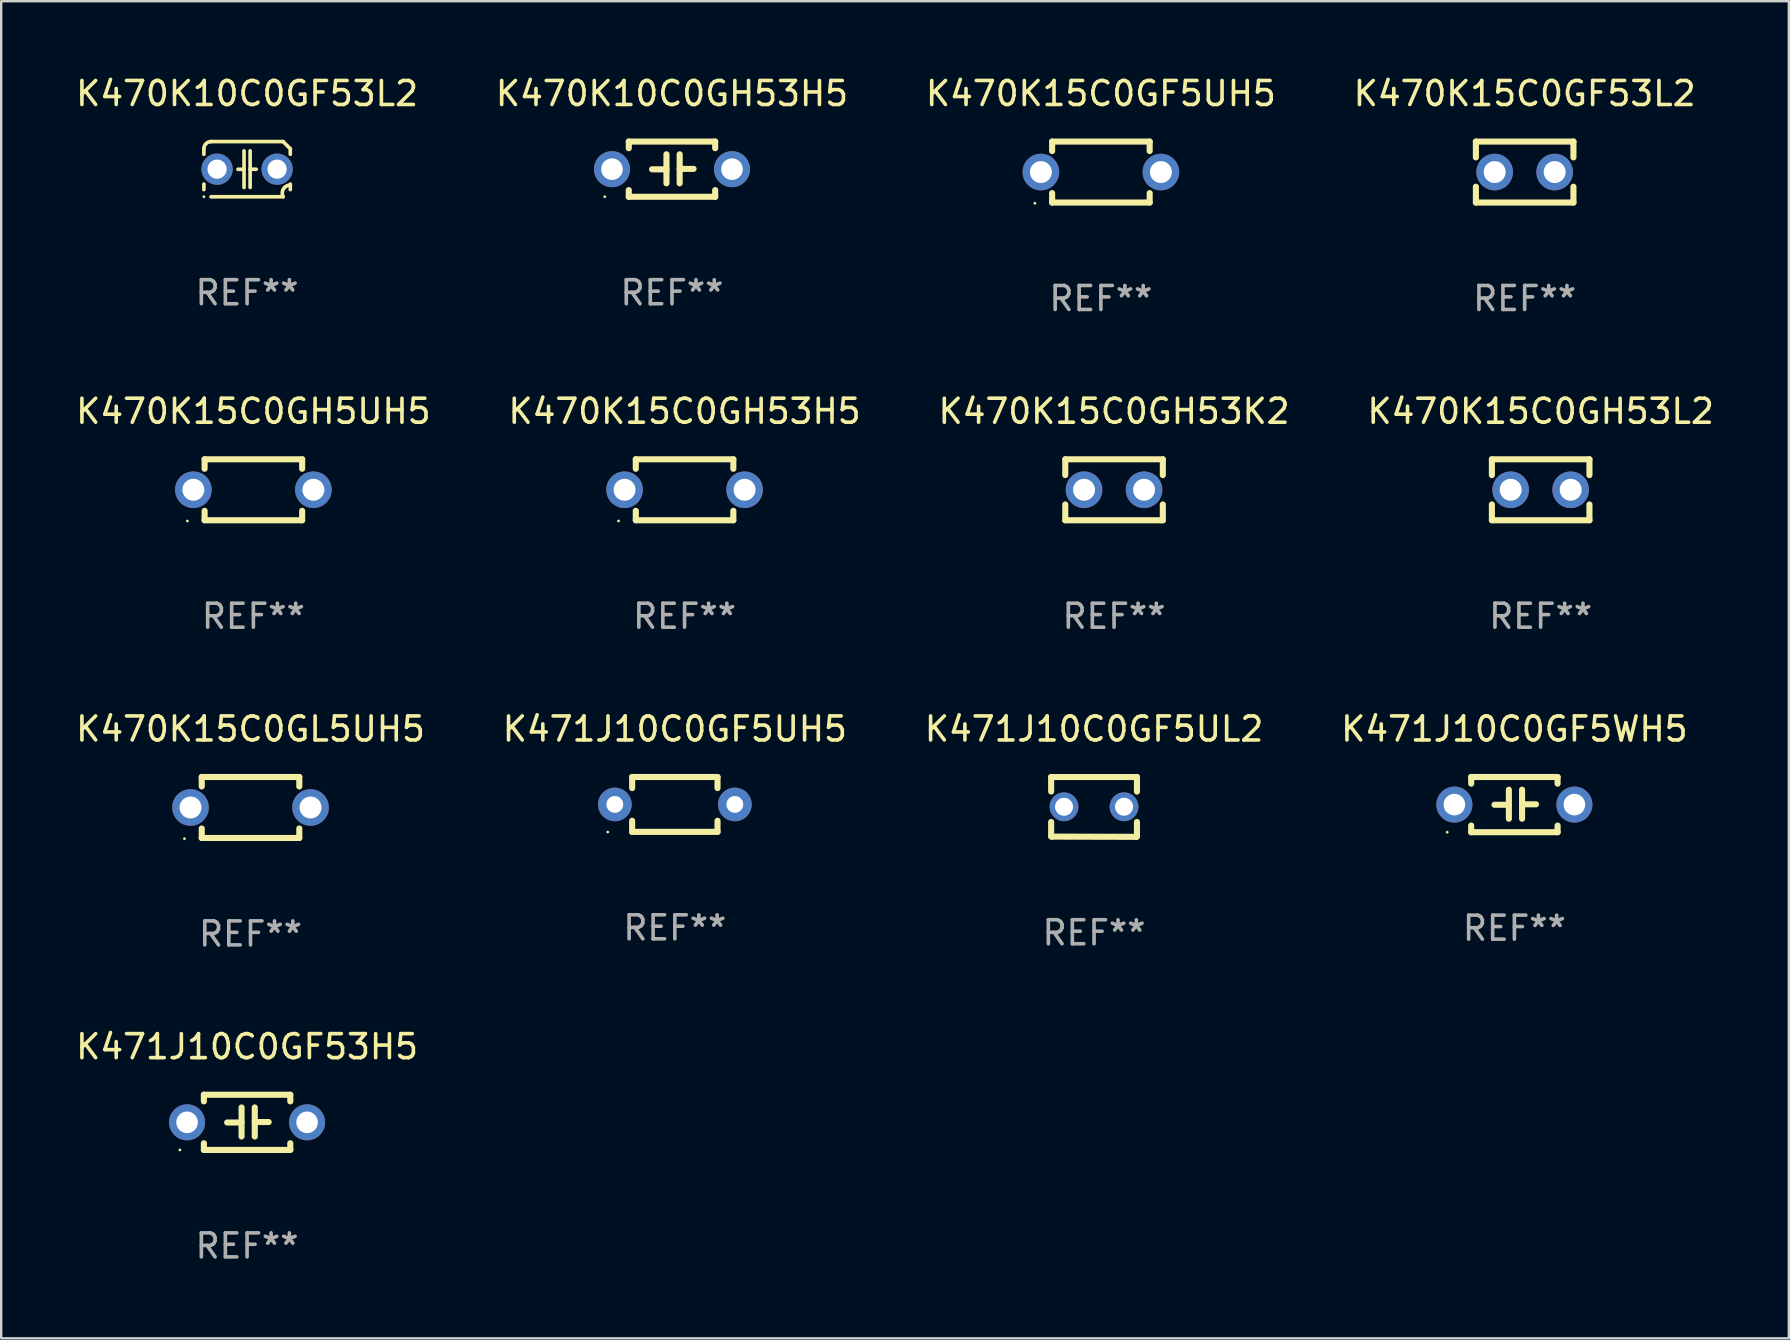
<source format=kicad_pcb>
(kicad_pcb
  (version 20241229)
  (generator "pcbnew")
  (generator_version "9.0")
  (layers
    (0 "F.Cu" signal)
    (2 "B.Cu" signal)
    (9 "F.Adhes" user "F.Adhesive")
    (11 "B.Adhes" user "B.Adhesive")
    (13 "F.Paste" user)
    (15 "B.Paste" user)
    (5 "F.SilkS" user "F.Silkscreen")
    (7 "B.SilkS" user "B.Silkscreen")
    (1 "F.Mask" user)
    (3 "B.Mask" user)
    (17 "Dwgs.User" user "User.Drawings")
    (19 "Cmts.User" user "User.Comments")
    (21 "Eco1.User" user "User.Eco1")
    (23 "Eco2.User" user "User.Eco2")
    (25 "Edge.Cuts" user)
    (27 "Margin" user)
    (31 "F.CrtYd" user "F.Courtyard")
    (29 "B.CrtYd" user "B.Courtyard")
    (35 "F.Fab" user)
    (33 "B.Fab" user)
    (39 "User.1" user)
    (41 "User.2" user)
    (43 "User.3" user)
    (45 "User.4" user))
  (footprint "K470K15C0GF53L2"
    (layer "F.Cu")
    (at 60.47 4.118)
    (property "Reference" "K470K15C0GF53L2" (at 0 -3.27 0) (layer "F.SilkS") (effects (font (size 1 1) (thickness 0.15))))
    (attr through_hole)
    (fp_line (start -2.032 -1.27) (end -2.032 -0.611) (stroke (width 0.254) (type solid)) (layer "F.SilkS"))
    (fp_line (start -2.032 0.611) (end -2.032 1.27) (stroke (width 0.254) (type solid)) (layer "F.SilkS"))
    (fp_line (start -2.032 1.27) (end 2.032 1.27) (stroke (width 0.254) (type solid)) (layer "F.SilkS"))
    (fp_line (start 2.032 -1.27) (end -2.032 -1.27) (stroke (width 0.254) (type solid)) (layer "F.SilkS"))
    (fp_line (start 2.032 -0.611) (end 2.032 -1.27) (stroke (width 0.254) (type solid)) (layer "F.SilkS"))
    (fp_line (start 2.032 1.27) (end 2.032 0.611) (stroke (width 0.254) (type solid)) (layer "F.SilkS"))
    (fp_circle (center -2 1.3) (end -1.97 1.3) (stroke (width 0.06) (type solid)) (fill no) (layer "F.SilkS"))
    (fp_text user "REF**" (at 0 5.27 0) (layer "F.Fab") (effects (font (size 1 1) (thickness 0.15))))
    (pad "1" thru_hole circle (at -1.25 0) (size 1.524 1.524) (drill 0.914) (layers "*.Cu" "*.Mask"))
    (pad "2" thru_hole circle (at 1.25 0) (size 1.524 1.524) (drill 0.914) (layers "*.Cu" "*.Mask")))
  (footprint "K470K15C0GF5UH5"
    (layer "F.Cu")
    (at 42.815 4.118)
    (property "Reference" "K470K15C0GF5UH5" (at 0 -3.27 0) (layer "F.SilkS") (effects (font (size 1 1) (thickness 0.15))))
    (attr through_hole)
    (fp_line (start -2.032 -1.27) (end -2.032 -0.876) (stroke (width 0.254) (type solid)) (layer "F.SilkS"))
    (fp_line (start -2.032 0.876) (end -2.032 1.27) (stroke (width 0.254) (type solid)) (layer "F.SilkS"))
    (fp_line (start -2.032 1.27) (end 2.032 1.27) (stroke (width 0.254) (type solid)) (layer "F.SilkS"))
    (fp_line (start 2.032 -1.27) (end -2.032 -1.27) (stroke (width 0.254) (type solid)) (layer "F.SilkS"))
    (fp_line (start 2.032 -0.876) (end 2.032 -1.27) (stroke (width 0.254) (type solid)) (layer "F.SilkS"))
    (fp_line (start 2.032 1.27) (end 2.032 0.876) (stroke (width 0.254) (type solid)) (layer "F.SilkS"))
    (fp_circle (center -2.751 1.3) (end -2.721 1.3) (stroke (width 0.06) (type solid)) (fill no) (layer "F.SilkS"))
    (fp_text user "REF**" (at 0 5.27 0) (layer "F.Fab") (effects (font (size 1 1) (thickness 0.15))))
    (pad "1" thru_hole circle (at -2.5 0) (size 1.524 1.524) (drill 0.914) (layers "*.Cu" "*.Mask"))
    (pad "2" thru_hole circle (at 2.5 0) (size 1.524 1.524) (drill 0.914) (layers "*.Cu" "*.Mask")))
  (footprint "K471J10C0GF5UH5"
    (layer "F.Cu")
    (at 25.065 30.464)
    (property "Reference" "K471J10C0GF5UH5" (at 0 -3.143 0) (layer "F.SilkS") (effects (font (size 1 1) (thickness 0.15))))
    (attr through_hole)
    (fp_line (start -1.778 -1.143) (end 1.778 -1.143) (stroke (width 0.254) (type solid)) (layer "F.SilkS"))
    (fp_line (start -1.778 -0.681) (end -1.778 -1.143) (stroke (width 0.254) (type solid)) (layer "F.SilkS"))
    (fp_line (start -1.778 1.143) (end -1.778 0.681) (stroke (width 0.254) (type solid)) (layer "F.SilkS"))
    (fp_line (start 1.778 -1.143) (end 1.778 -0.681) (stroke (width 0.254) (type solid)) (layer "F.SilkS"))
    (fp_line (start 1.778 0.681) (end 1.778 1.143) (stroke (width 0.254) (type solid)) (layer "F.SilkS"))
    (fp_line (start 1.778 1.143) (end -1.778 1.143) (stroke (width 0.254) (type solid)) (layer "F.SilkS"))
    (fp_circle (center -2.794 1.15) (end -2.764 1.15) (stroke (width 0.06) (type solid)) (fill no) (layer "F.SilkS"))
    (fp_text user "REF**" (at 0 5.143 0) (layer "F.Fab") (effects (font (size 1 1) (thickness 0.15))))
    (pad "1" thru_hole circle (at -2.5 0) (size 1.4 1.4) (drill 0.7) (layers "*.Cu" "*.Mask"))
    (pad "2" thru_hole circle (at 2.5 0) (size 1.4 1.4) (drill 0.7) (layers "*.Cu" "*.Mask")))
  (footprint "K471J10C0GF5UL2"
    (layer "F.Cu")
    (at 42.53 30.568)
    (property "Reference" "K471J10C0GF5UL2" (at 0 -3.246 0) (layer "F.SilkS") (effects (font (size 1 1) (thickness 0.15))))
    (attr through_hole)
    (fp_line (start -1.787 -1.246) (end -1.787 -0.642) (stroke (width 0.254) (type solid)) (layer "F.SilkS"))
    (fp_line (start -1.787 0.627) (end -1.787 1.228) (stroke (width 0.254) (type solid)) (layer "F.SilkS"))
    (fp_line (start -1.787 1.228) (end -1.75 1.237) (stroke (width 0.254) (type solid)) (layer "F.SilkS"))
    (fp_line (start -1.75 1.237) (end 1.759 1.246) (stroke (width 0.254) (type solid)) (layer "F.SilkS"))
    (fp_line (start 1.759 1.246) (end 1.787 1.218) (stroke (width 0.254) (type solid)) (layer "F.SilkS"))
    (fp_line (start 1.787 -1.246) (end -1.787 -1.246) (stroke (width 0.254) (type solid)) (layer "F.SilkS"))
    (fp_line (start 1.787 -0.639) (end 1.787 -1.246) (stroke (width 0.254) (type solid)) (layer "F.SilkS"))
    (fp_line (start 1.787 1.237) (end 1.787 0.625) (stroke (width 0.254) (type solid)) (layer "F.SilkS"))
    (fp_circle (center -1.801 1.243) (end -1.771 1.243) (stroke (width 0.06) (type solid)) (fill no) (layer "F.SilkS"))
    (fp_text user "REF**" (at 0 5.246 0) (layer "F.Fab") (effects (font (size 1 1) (thickness 0.15))))
    (pad "1" thru_hole circle (at -1.251 -0.007) (size 1.2 1.2) (drill 0.75) (layers "*.Cu" "*.Mask"))
    (pad "2" thru_hole circle (at 1.249 -0.007) (size 1.2 1.2) (drill 0.75) (layers "*.Cu" "*.Mask")))
  (footprint "K471J10C0GF53H5"
    (layer "F.Cu")
    (at 7.244 43.708)
    (property "Reference" "K471J10C0GF53H5" (at 0 -3.15 0) (layer "F.SilkS") (effects (font (size 1 1) (thickness 0.15))))
    (attr through_hole)
    (fp_line (start -1.8 -1.15) (end -1.8 -0.872) (stroke (width 0.254) (type solid)) (layer "F.SilkS"))
    (fp_line (start -1.8 -1.15) (end 1.8 -1.15) (stroke (width 0.254) (type solid)) (layer "F.SilkS"))
    (fp_line (start -1.8 0.872) (end -1.8 1.15) (stroke (width 0.254) (type solid)) (layer "F.SilkS"))
    (fp_line (start -1.8 1.15) (end 1.8 1.15) (stroke (width 0.254) (type solid)) (layer "F.SilkS"))
    (fp_line (start -0.23 -0.62) (end -0.23 0.59) (stroke (width 0.254) (type solid)) (layer "F.SilkS"))
    (fp_line (start -0.23 0.007) (end -0.83 0.007) (stroke (width 0.254) (type solid)) (layer "F.SilkS"))
    (fp_line (start 0.32 -0.62) (end 0.32 0.59) (stroke (width 0.254) (type solid)) (layer "F.SilkS"))
    (fp_line (start 0.32 -0.012) (end 0.9 -0.012) (stroke (width 0.254) (type solid)) (layer "F.SilkS"))
    (fp_line (start 1.8 -1.15) (end 1.8 -0.872) (stroke (width 0.254) (type solid)) (layer "F.SilkS"))
    (fp_line (start 1.8 0.872) (end 1.8 1.15) (stroke (width 0.254) (type solid)) (layer "F.SilkS"))
    (fp_circle (center -2.8 1.15) (end -2.77 1.15) (stroke (width 0.06) (type solid)) (fill no) (layer "F.SilkS"))
    (fp_text user "REF**" (at 0 5.15 0) (layer "F.Fab") (effects (font (size 1 1) (thickness 0.15))))
    (pad "1" thru_hole circle (at -2.5 0) (size 1.5 1.5) (drill 0.9) (layers "*.Cu" "*.Mask"))
    (pad "2" thru_hole circle (at 2.5 0) (size 1.5 1.5) (drill 0.9) (layers "*.Cu" "*.Mask")))
  (footprint "K470K10C0GF53L2"
    (layer "F.Cu")
    (at 7.244 3.998)
    (property "Reference" "K470K10C0GF53L2" (at 0 -3.15 0) (layer "F.SilkS") (effects (font (size 1 1) (thickness 0.15))))
    (attr through_hole)
    (fp_line (start -1.8 -0.621) (end -1.8 -0.85) (stroke (width 0.152) (type solid)) (layer "F.SilkS"))
    (fp_line (start -1.8 0.85) (end -1.8 0.621) (stroke (width 0.152) (type solid)) (layer "F.SilkS"))
    (fp_line (start -1.5 -1.15) (end 1.5 -1.15) (stroke (width 0.152) (type solid)) (layer "F.SilkS"))
    (fp_line (start -0.127 -0.762) (end -0.127 0.762) (stroke (width 0.152) (type solid)) (layer "F.SilkS"))
    (fp_line (start -0.127 0.005) (end -0.381 0.005) (stroke (width 0.152) (type solid)) (layer "F.SilkS"))
    (fp_line (start 0.127 -0.762) (end 0.127 0.762) (stroke (width 0.152) (type solid)) (layer "F.SilkS"))
    (fp_line (start 0.127 0.002) (end 0.381 0.002) (stroke (width 0.152) (type solid)) (layer "F.SilkS"))
    (fp_line (start 1.5 1.15) (end -1.5 1.15) (stroke (width 0.152) (type solid)) (layer "F.SilkS"))
    (fp_line (start 1.8 -0.85) (end 1.8 -0.621) (stroke (width 0.152) (type solid)) (layer "F.SilkS"))
    (fp_line (start 1.8 0.621) (end 1.8 0.85) (stroke (width 0.152) (type solid)) (layer "F.SilkS"))
    (fp_arc (start -1.799975 -0.849987) (mid -1.712107 -1.062119) (end -1.499975 -1.149987) (stroke (width 0.151994) (type solid)) (layer "F.SilkS"))
    (fp_arc (start 1.499975 1.149987) (mid 1.513726 0.822359) (end 1.799975 0.662387) (stroke (width 0.151994) (type solid)) (layer "F.SilkS"))
    (fp_arc (start 1.500001 -1.149986) (mid 1.650015 -1.000001) (end 1.8 -0.849987) (stroke (width 0.151994) (type solid)) (layer "F.SilkS"))
    (fp_circle (center -1.8 1.15) (end -1.77 1.15) (stroke (width 0.06) (type solid)) (fill no) (layer "F.SilkS"))
    (fp_text user "REF**" (at 0 5.15 0) (layer "F.Fab") (effects (font (size 1 1) (thickness 0.15))))
    (pad "1" thru_hole circle (at -1.25 0) (size 1.3 1.3) (drill 0.8) (layers "*.Cu" "*.Mask"))
    (pad "2" thru_hole circle (at 1.25 0) (size 1.3 1.3) (drill 0.8) (layers "*.Cu" "*.Mask")))
  (footprint "K470K15C0GH53K2"
    (layer "F.Cu")
    (at 43.363 17.355)
    (property "Reference" "K470K15C0GH53K2" (at 0 -3.27 0) (layer "F.SilkS") (effects (font (size 1 1) (thickness 0.15))))
    (attr through_hole)
    (fp_line (start -2.032 -1.27) (end -2.032 -0.611) (stroke (width 0.254) (type solid)) (layer "F.SilkS"))
    (fp_line (start -2.032 0.611) (end -2.032 1.27) (stroke (width 0.254) (type solid)) (layer "F.SilkS"))
    (fp_line (start -2.032 1.27) (end 2.032 1.27) (stroke (width 0.254) (type solid)) (layer "F.SilkS"))
    (fp_line (start 2.032 -1.27) (end -2.032 -1.27) (stroke (width 0.254) (type solid)) (layer "F.SilkS"))
    (fp_line (start 2.032 -0.611) (end 2.032 -1.27) (stroke (width 0.254) (type solid)) (layer "F.SilkS"))
    (fp_line (start 2.032 1.27) (end 2.032 0.611) (stroke (width 0.254) (type solid)) (layer "F.SilkS"))
    (fp_circle (center -2 1.3) (end -1.97 1.3) (stroke (width 0.06) (type solid)) (fill no) (layer "F.SilkS"))
    (fp_text user "REF**" (at 0 5.27 0) (layer "F.Fab") (effects (font (size 1 1) (thickness 0.15))))
    (pad "1" thru_hole circle (at -1.25 0) (size 1.524 1.524) (drill 0.914) (layers "*.Cu" "*.Mask"))
    (pad "2" thru_hole circle (at 1.25 0) (size 1.524 1.524) (drill 0.914) (layers "*.Cu" "*.Mask")))
  (footprint "K471J10C0GF5WH5"
    (layer "F.Cu")
    (at 60.042 30.471)
    (property "Reference" "K471J10C0GF5WH5" (at 0 -3.15 0) (layer "F.SilkS") (effects (font (size 1 1) (thickness 0.15))))
    (attr through_hole)
    (fp_line (start -1.8 -1.15) (end -1.8 -0.872) (stroke (width 0.254) (type solid)) (layer "F.SilkS"))
    (fp_line (start -1.8 -1.15) (end 1.8 -1.15) (stroke (width 0.254) (type solid)) (layer "F.SilkS"))
    (fp_line (start -1.8 0.872) (end -1.8 1.15) (stroke (width 0.254) (type solid)) (layer "F.SilkS"))
    (fp_line (start -1.8 1.15) (end 1.8 1.15) (stroke (width 0.254) (type solid)) (layer "F.SilkS"))
    (fp_line (start -0.23 -0.62) (end -0.23 0.59) (stroke (width 0.254) (type solid)) (layer "F.SilkS"))
    (fp_line (start -0.23 0.007) (end -0.83 0.007) (stroke (width 0.254) (type solid)) (layer "F.SilkS"))
    (fp_line (start 0.32 -0.62) (end 0.32 0.59) (stroke (width 0.254) (type solid)) (layer "F.SilkS"))
    (fp_line (start 0.32 -0.012) (end 0.9 -0.012) (stroke (width 0.254) (type solid)) (layer "F.SilkS"))
    (fp_line (start 1.8 -1.15) (end 1.8 -0.872) (stroke (width 0.254) (type solid)) (layer "F.SilkS"))
    (fp_line (start 1.8 0.872) (end 1.8 1.15) (stroke (width 0.254) (type solid)) (layer "F.SilkS"))
    (fp_circle (center -2.8 1.15) (end -2.77 1.15) (stroke (width 0.06) (type solid)) (fill no) (layer "F.SilkS"))
    (fp_text user "REF**" (at 0 5.15 0) (layer "F.Fab") (effects (font (size 1 1) (thickness 0.15))))
    (pad "1" thru_hole circle (at -2.5 0) (size 1.5 1.5) (drill 0.9) (layers "*.Cu" "*.Mask"))
    (pad "2" thru_hole circle (at 2.5 0) (size 1.5 1.5) (drill 0.9) (layers "*.Cu" "*.Mask")))
  (footprint "K470K15C0GL5UH5"
    (layer "F.Cu")
    (at 7.387 30.591)
    (property "Reference" "K470K15C0GL5UH5" (at 0 -3.27 0) (layer "F.SilkS") (effects (font (size 1 1) (thickness 0.15))))
    (attr through_hole)
    (fp_line (start -2.032 -1.27) (end -2.032 -0.876) (stroke (width 0.254) (type solid)) (layer "F.SilkS"))
    (fp_line (start -2.032 0.876) (end -2.032 1.27) (stroke (width 0.254) (type solid)) (layer "F.SilkS"))
    (fp_line (start -2.032 1.27) (end 2.032 1.27) (stroke (width 0.254) (type solid)) (layer "F.SilkS"))
    (fp_line (start 2.032 -1.27) (end -2.032 -1.27) (stroke (width 0.254) (type solid)) (layer "F.SilkS"))
    (fp_line (start 2.032 -0.876) (end 2.032 -1.27) (stroke (width 0.254) (type solid)) (layer "F.SilkS"))
    (fp_line (start 2.032 1.27) (end 2.032 0.876) (stroke (width 0.254) (type solid)) (layer "F.SilkS"))
    (fp_circle (center -2.751 1.3) (end -2.721 1.3) (stroke (width 0.06) (type solid)) (fill no) (layer "F.SilkS"))
    (fp_text user "REF**" (at 0 5.27 0) (layer "F.Fab") (effects (font (size 1 1) (thickness 0.15))))
    (pad "1" thru_hole circle (at -2.5 0) (size 1.524 1.524) (drill 0.914) (layers "*.Cu" "*.Mask"))
    (pad "2" thru_hole circle (at 2.5 0) (size 1.524 1.524) (drill 0.914) (layers "*.Cu" "*.Mask")))
  (footprint "K470K15C0GH53L2"
    (layer "F.Cu")
    (at 61.137 17.355)
    (property "Reference" "K470K15C0GH53L2" (at 0 -3.27 0) (layer "F.SilkS") (effects (font (size 1 1) (thickness 0.15))))
    (attr through_hole)
    (fp_line (start -2.032 -1.27) (end -2.032 -0.611) (stroke (width 0.254) (type solid)) (layer "F.SilkS"))
    (fp_line (start -2.032 0.611) (end -2.032 1.27) (stroke (width 0.254) (type solid)) (layer "F.SilkS"))
    (fp_line (start -2.032 1.27) (end 2.032 1.27) (stroke (width 0.254) (type solid)) (layer "F.SilkS"))
    (fp_line (start 2.032 -1.27) (end -2.032 -1.27) (stroke (width 0.254) (type solid)) (layer "F.SilkS"))
    (fp_line (start 2.032 -0.611) (end 2.032 -1.27) (stroke (width 0.254) (type solid)) (layer "F.SilkS"))
    (fp_line (start 2.032 1.27) (end 2.032 0.611) (stroke (width 0.254) (type solid)) (layer "F.SilkS"))
    (fp_circle (center -2 1.3) (end -1.97 1.3) (stroke (width 0.06) (type solid)) (fill no) (layer "F.SilkS"))
    (fp_text user "REF**" (at 0 5.27 0) (layer "F.Fab") (effects (font (size 1 1) (thickness 0.15))))
    (pad "1" thru_hole circle (at -1.25 0) (size 1.524 1.524) (drill 0.914) (layers "*.Cu" "*.Mask"))
    (pad "2" thru_hole circle (at 1.25 0) (size 1.524 1.524) (drill 0.914) (layers "*.Cu" "*.Mask")))
  (footprint "K470K10C0GH53H5"
    (layer "F.Cu")
    (at 24.946 3.998)
    (property "Reference" "K470K10C0GH53H5" (at 0 -3.15 0) (layer "F.SilkS") (effects (font (size 1 1) (thickness 0.15))))
    (attr through_hole)
    (fp_line (start -1.8 -1.15) (end -1.8 -0.872) (stroke (width 0.254) (type solid)) (layer "F.SilkS"))
    (fp_line (start -1.8 -1.15) (end 1.8 -1.15) (stroke (width 0.254) (type solid)) (layer "F.SilkS"))
    (fp_line (start -1.8 0.872) (end -1.8 1.15) (stroke (width 0.254) (type solid)) (layer "F.SilkS"))
    (fp_line (start -1.8 1.15) (end 1.8 1.15) (stroke (width 0.254) (type solid)) (layer "F.SilkS"))
    (fp_line (start -0.23 -0.62) (end -0.23 0.59) (stroke (width 0.254) (type solid)) (layer "F.SilkS"))
    (fp_line (start -0.23 0.007) (end -0.83 0.007) (stroke (width 0.254) (type solid)) (layer "F.SilkS"))
    (fp_line (start 0.32 -0.62) (end 0.32 0.59) (stroke (width 0.254) (type solid)) (layer "F.SilkS"))
    (fp_line (start 0.32 -0.012) (end 0.9 -0.012) (stroke (width 0.254) (type solid)) (layer "F.SilkS"))
    (fp_line (start 1.8 -1.15) (end 1.8 -0.872) (stroke (width 0.254) (type solid)) (layer "F.SilkS"))
    (fp_line (start 1.8 0.872) (end 1.8 1.15) (stroke (width 0.254) (type solid)) (layer "F.SilkS"))
    (fp_circle (center -2.8 1.15) (end -2.77 1.15) (stroke (width 0.06) (type solid)) (fill no) (layer "F.SilkS"))
    (fp_text user "REF**" (at 0 5.15 0) (layer "F.Fab") (effects (font (size 1 1) (thickness 0.15))))
    (pad "1" thru_hole circle (at -2.5 0) (size 1.5 1.5) (drill 0.9) (layers "*.Cu" "*.Mask"))
    (pad "2" thru_hole circle (at 2.5 0) (size 1.5 1.5) (drill 0.9) (layers "*.Cu" "*.Mask")))
  (footprint "K470K15C0GH5UH5"
    (layer "F.Cu")
    (at 7.506 17.355)
    (property "Reference" "K470K15C0GH5UH5" (at 0 -3.27 0) (layer "F.SilkS") (effects (font (size 1 1) (thickness 0.15))))
    (attr through_hole)
    (fp_line (start -2.032 -1.27) (end -2.032 -0.876) (stroke (width 0.254) (type solid)) (layer "F.SilkS"))
    (fp_line (start -2.032 0.876) (end -2.032 1.27) (stroke (width 0.254) (type solid)) (layer "F.SilkS"))
    (fp_line (start -2.032 1.27) (end 2.032 1.27) (stroke (width 0.254) (type solid)) (layer "F.SilkS"))
    (fp_line (start 2.032 -1.27) (end -2.032 -1.27) (stroke (width 0.254) (type solid)) (layer "F.SilkS"))
    (fp_line (start 2.032 -0.876) (end 2.032 -1.27) (stroke (width 0.254) (type solid)) (layer "F.SilkS"))
    (fp_line (start 2.032 1.27) (end 2.032 0.876) (stroke (width 0.254) (type solid)) (layer "F.SilkS"))
    (fp_circle (center -2.751 1.3) (end -2.721 1.3) (stroke (width 0.06) (type solid)) (fill no) (layer "F.SilkS"))
    (fp_text user "REF**" (at 0 5.27 0) (layer "F.Fab") (effects (font (size 1 1) (thickness 0.15))))
    (pad "1" thru_hole circle (at -2.5 0) (size 1.524 1.524) (drill 0.914) (layers "*.Cu" "*.Mask"))
    (pad "2" thru_hole circle (at 2.5 0) (size 1.524 1.524) (drill 0.914) (layers "*.Cu" "*.Mask")))
  (footprint "K470K15C0GH53H5"
    (layer "F.Cu")
    (at 25.47 17.355)
    (property "Reference" "K470K15C0GH53H5" (at 0 -3.27 0) (layer "F.SilkS") (effects (font (size 1 1) (thickness 0.15))))
    (attr through_hole)
    (fp_line (start -2.032 -1.27) (end -2.032 -0.876) (stroke (width 0.254) (type solid)) (layer "F.SilkS"))
    (fp_line (start -2.032 0.876) (end -2.032 1.27) (stroke (width 0.254) (type solid)) (layer "F.SilkS"))
    (fp_line (start -2.032 1.27) (end 2.032 1.27) (stroke (width 0.254) (type solid)) (layer "F.SilkS"))
    (fp_line (start 2.032 -1.27) (end -2.032 -1.27) (stroke (width 0.254) (type solid)) (layer "F.SilkS"))
    (fp_line (start 2.032 -0.876) (end 2.032 -1.27) (stroke (width 0.254) (type solid)) (layer "F.SilkS"))
    (fp_line (start 2.032 1.27) (end 2.032 0.876) (stroke (width 0.254) (type solid)) (layer "F.SilkS"))
    (fp_circle (center -2.751 1.3) (end -2.721 1.3) (stroke (width 0.06) (type solid)) (fill no) (layer "F.SilkS"))
    (fp_text user "REF**" (at 0 5.27 0) (layer "F.Fab") (effects (font (size 1 1) (thickness 0.15))))
    (pad "1" thru_hole circle (at -2.5 0) (size 1.524 1.524) (drill 0.914) (layers "*.Cu" "*.Mask"))
    (pad "2" thru_hole circle (at 2.5 0) (size 1.524 1.524) (drill 0.914) (layers "*.Cu" "*.Mask")))
  (gr_rect
    (start -3 -3)
    (end 71.476 52.706)
    (stroke (width 0.1) (type default))
    (fill no)
    (layer "Edge.Cuts")))
</source>
